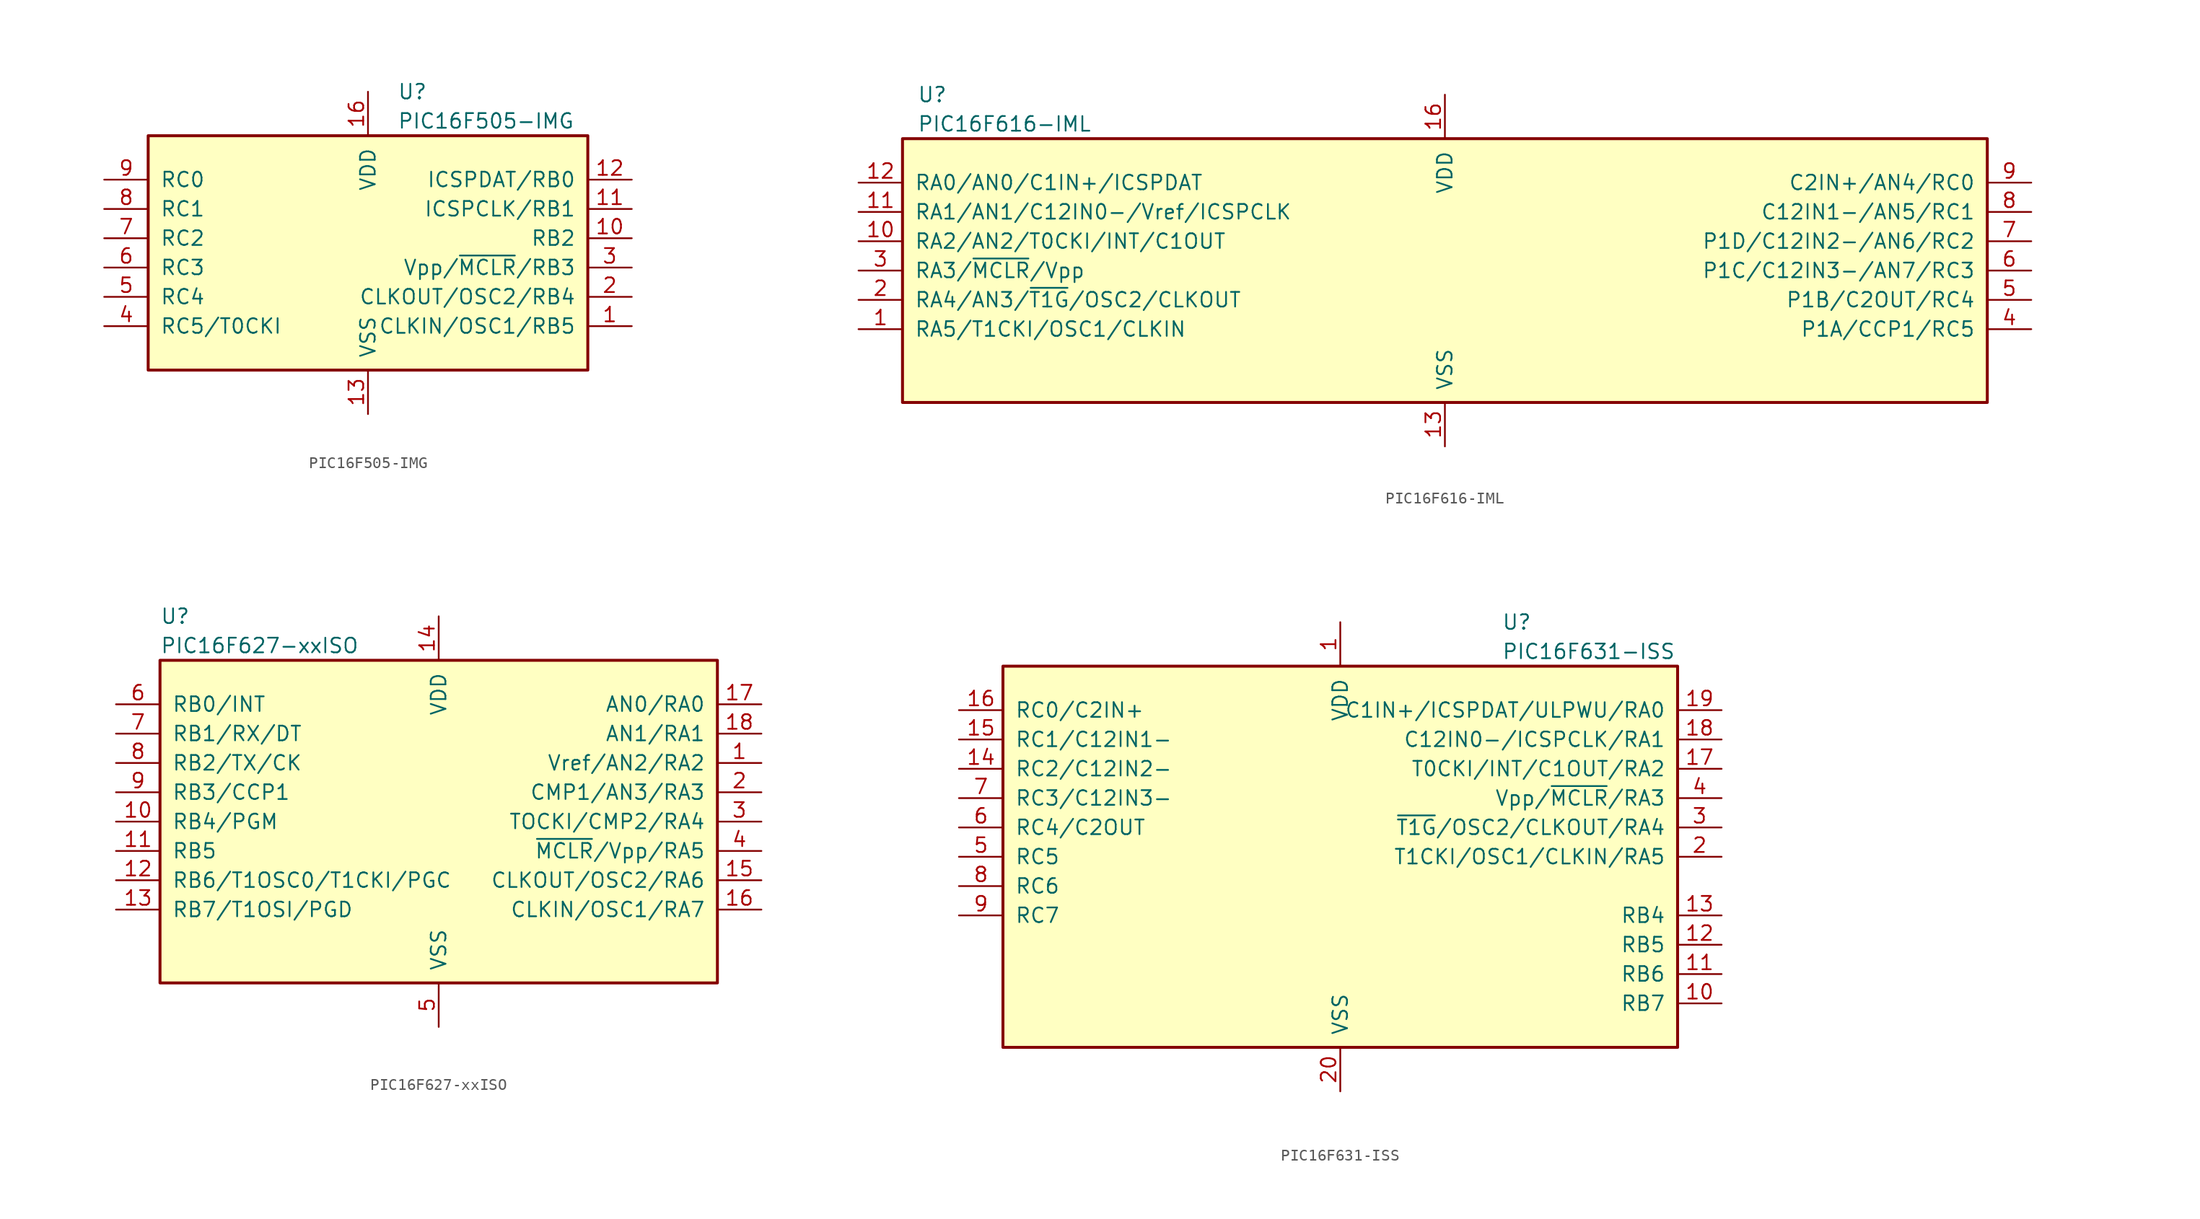
<source format=kicad_sym>
(kicad_symbol_lib
  (version 20201005)
  (generator kicad_symbol_editor)
  (symbol "MCU_Microchip_PIC16:PIC16F505-IMG"
    (pin_names
      (offset 1.016))
    (property "Reference" "U"
      (at 2.54 12.7 0)
      (effects (font (size 1.27 1.27)) (justify left)))
    (property "Value" "PIC16F505-IMG"
      (at 2.54 10.16 0)
      (effects (font (size 1.27 1.27)) (justify left)))
    (symbol "PIC16F505-IMG_0_1"
      (rectangle (start -19.05 8.89) (end 19.05 -11.43) (stroke (width 0.254)) (fill (type background))))
    (symbol "PIC16F505-IMG_1_1"
      (pin bidirectional line (at 22.86 -7.62 180) (length 3.81) (name "CLKIN/OSC1/RB5" (effects (font (size 1.27 1.27)))) (number "1" (effects (font (size 1.27 1.27)))))
      (pin bidirectional line (at 22.86 0 180) (length 3.81) (name "RB2" (effects (font (size 1.27 1.27)))) (number "10" (effects (font (size 1.27 1.27)))))
      (pin bidirectional line (at 22.86 2.54 180) (length 3.81) (name "ICSPCLK/RB1" (effects (font (size 1.27 1.27)))) (number "11" (effects (font (size 1.27 1.27)))))
      (pin bidirectional line (at 22.86 5.08 180) (length 3.81) (name "ICSPDAT/RB0" (effects (font (size 1.27 1.27)))) (number "12" (effects (font (size 1.27 1.27)))))
      (pin power_in line (at 0 -15.24 90) (length 3.81) (name "VSS" (effects (font (size 1.27 1.27)))) (number "13" (effects (font (size 1.27 1.27)))))
      (pin power_in line (at 0 12.7 270) (length 3.81) (name "VDD" (effects (font (size 1.27 1.27)))) (number "16" (effects (font (size 1.27 1.27)))))
      (pin bidirectional line (at 22.86 -5.08 180) (length 3.81) (name "CLKOUT/OSC2/RB4" (effects (font (size 1.27 1.27)))) (number "2" (effects (font (size 1.27 1.27)))))
      (pin input line (at 22.86 -2.54 180) (length 3.81) (name "Vpp/~MCLR~/RB3" (effects (font (size 1.27 1.27)))) (number "3" (effects (font (size 1.27 1.27)))))
      (pin bidirectional line (at -22.86 -7.62 0) (length 3.81) (name "RC5/T0CKI" (effects (font (size 1.27 1.27)))) (number "4" (effects (font (size 1.27 1.27)))))
      (pin bidirectional line (at -22.86 -5.08 0) (length 3.81) (name "RC4" (effects (font (size 1.27 1.27)))) (number "5" (effects (font (size 1.27 1.27)))))
      (pin bidirectional line (at -22.86 -2.54 0) (length 3.81) (name "RC3" (effects (font (size 1.27 1.27)))) (number "6" (effects (font (size 1.27 1.27)))))
      (pin bidirectional line (at -22.86 0 0) (length 3.81) (name "RC2" (effects (font (size 1.27 1.27)))) (number "7" (effects (font (size 1.27 1.27)))))
      (pin bidirectional line (at -22.86 2.54 0) (length 3.81) (name "RC1" (effects (font (size 1.27 1.27)))) (number "8" (effects (font (size 1.27 1.27)))))
      (pin bidirectional line (at -22.86 5.08 0) (length 3.81) (name "RC0" (effects (font (size 1.27 1.27)))) (number "9" (effects (font (size 1.27 1.27)))))))
  (symbol "MCU_Microchip_PIC16:PIC16F616-IML"
    (pin_names
      (offset 1.016))
    (property "Reference" "U"
      (at -45.72 15.24 0)
      (effects (font (size 1.27 1.27)) (justify left)))
    (property "Value" "PIC16F616-IML"
      (at -45.72 12.7 0)
      (effects (font (size 1.27 1.27)) (justify left)))
    (symbol "PIC16F616-IML_0_1"
      (rectangle (start -46.99 11.43) (end 46.99 -11.43) (stroke (width 0.254)) (fill (type background)))
      (pin bidirectional line (at -50.8 -5.08 0) (length 3.81) (name "RA5/T1CKI/OSC1/CLKIN" (effects (font (size 1.27 1.27)))) (number "1" (effects (font (size 1.27 1.27))))))
    (symbol "PIC16F616-IML_1_1"
      (pin bidirectional line (at -50.8 2.54 0) (length 3.81) (name "RA2/AN2/T0CKI/INT/C1OUT" (effects (font (size 1.27 1.27)))) (number "10" (effects (font (size 1.27 1.27)))))
      (pin bidirectional line (at -50.8 5.08 0) (length 3.81) (name "RA1/AN1/C12IN0-/Vref/ICSPCLK" (effects (font (size 1.27 1.27)))) (number "11" (effects (font (size 1.27 1.27)))))
      (pin bidirectional line (at -50.8 7.62 0) (length 3.81) (name "RA0/AN0/C1IN+/ICSPDAT" (effects (font (size 1.27 1.27)))) (number "12" (effects (font (size 1.27 1.27)))))
      (pin power_in line (at 0 -15.24 90) (length 3.81) (name "VSS" (effects (font (size 1.27 1.27)))) (number "13" (effects (font (size 1.27 1.27)))))
      (pin power_in line (at 0 15.24 270) (length 3.81) (name "VDD" (effects (font (size 1.27 1.27)))) (number "16" (effects (font (size 1.27 1.27)))))
      (pin bidirectional line (at -50.8 -2.54 0) (length 3.81) (name "RA4/AN3/~T1G~/OSC2/CLKOUT" (effects (font (size 1.27 1.27)))) (number "2" (effects (font (size 1.27 1.27)))))
      (pin input line (at -50.8 0 0) (length 3.81) (name "RA3/~MCLR~/Vpp" (effects (font (size 1.27 1.27)))) (number "3" (effects (font (size 1.27 1.27)))))
      (pin bidirectional line (at 50.8 -5.08 180) (length 3.81) (name "P1A/CCP1/RC5" (effects (font (size 1.27 1.27)))) (number "4" (effects (font (size 1.27 1.27)))))
      (pin bidirectional line (at 50.8 -2.54 180) (length 3.81) (name "P1B/C2OUT/RC4" (effects (font (size 1.27 1.27)))) (number "5" (effects (font (size 1.27 1.27)))))
      (pin bidirectional line (at 50.8 0 180) (length 3.81) (name "P1C/C12IN3-/AN7/RC3" (effects (font (size 1.27 1.27)))) (number "6" (effects (font (size 1.27 1.27)))))
      (pin bidirectional line (at 50.8 2.54 180) (length 3.81) (name "P1D/C12IN2-/AN6/RC2" (effects (font (size 1.27 1.27)))) (number "7" (effects (font (size 1.27 1.27)))))
      (pin bidirectional line (at 50.8 5.08 180) (length 3.81) (name "C12IN1-/AN5/RC1" (effects (font (size 1.27 1.27)))) (number "8" (effects (font (size 1.27 1.27)))))
      (pin bidirectional line (at 50.8 7.62 180) (length 3.81) (name "C2IN+/AN4/RC0" (effects (font (size 1.27 1.27)))) (number "9" (effects (font (size 1.27 1.27)))))))
  (symbol "MCU_Microchip_PIC16:PIC16F627-xxISO"
    (pin_names
      (offset 1.016))
    (property "Reference" "U"
      (at -24.13 17.78 0)
      (effects (font (size 1.27 1.27)) (justify left)))
    (property "Value" "PIC16F627-xxISO"
      (at -24.13 15.24 0)
      (effects (font (size 1.27 1.27)) (justify left)))
    (symbol "PIC16F627-xxISO_0_1"
      (rectangle (start 24.13 13.97) (end -24.13 -13.97) (stroke (width 0.254)) (fill (type background))))
    (symbol "PIC16F627-xxISO_1_1"
      (pin bidirectional line (at 27.94 5.08 180) (length 3.81) (name "Vref/AN2/RA2" (effects (font (size 1.27 1.27)))) (number "1" (effects (font (size 1.27 1.27)))))
      (pin bidirectional line (at -27.94 0 0) (length 3.81) (name "RB4/PGM" (effects (font (size 1.27 1.27)))) (number "10" (effects (font (size 1.27 1.27)))))
      (pin bidirectional line (at -27.94 -2.54 0) (length 3.81) (name "RB5" (effects (font (size 1.27 1.27)))) (number "11" (effects (font (size 1.27 1.27)))))
      (pin bidirectional line (at -27.94 -5.08 0) (length 3.81) (name "RB6/T1OSC0/T1CKI/PGC" (effects (font (size 1.27 1.27)))) (number "12" (effects (font (size 1.27 1.27)))))
      (pin bidirectional line (at -27.94 -7.62 0) (length 3.81) (name "RB7/T1OSI/PGD" (effects (font (size 1.27 1.27)))) (number "13" (effects (font (size 1.27 1.27)))))
      (pin power_in line (at 0 17.78 270) (length 3.81) (name "VDD" (effects (font (size 1.27 1.27)))) (number "14" (effects (font (size 1.27 1.27)))))
      (pin bidirectional line (at 27.94 -5.08 180) (length 3.81) (name "CLKOUT/OSC2/RA6" (effects (font (size 1.27 1.27)))) (number "15" (effects (font (size 1.27 1.27)))))
      (pin bidirectional line (at 27.94 -7.62 180) (length 3.81) (name "CLKIN/OSC1/RA7" (effects (font (size 1.27 1.27)))) (number "16" (effects (font (size 1.27 1.27)))))
      (pin bidirectional line (at 27.94 10.16 180) (length 3.81) (name "AN0/RA0" (effects (font (size 1.27 1.27)))) (number "17" (effects (font (size 1.27 1.27)))))
      (pin bidirectional line (at 27.94 7.62 180) (length 3.81) (name "AN1/RA1" (effects (font (size 1.27 1.27)))) (number "18" (effects (font (size 1.27 1.27)))))
      (pin bidirectional line (at 27.94 2.54 180) (length 3.81) (name "CMP1/AN3/RA3" (effects (font (size 1.27 1.27)))) (number "2" (effects (font (size 1.27 1.27)))))
      (pin bidirectional line (at 27.94 0 180) (length 3.81) (name "TOCKI/CMP2/RA4" (effects (font (size 1.27 1.27)))) (number "3" (effects (font (size 1.27 1.27)))))
      (pin input line (at 27.94 -2.54 180) (length 3.81) (name "~MCLR~/Vpp/RA5" (effects (font (size 1.27 1.27)))) (number "4" (effects (font (size 1.27 1.27)))))
      (pin power_in line (at 0 -17.78 90) (length 3.81) (name "VSS" (effects (font (size 1.27 1.27)))) (number "5" (effects (font (size 1.27 1.27)))))
      (pin bidirectional line (at -27.94 10.16 0) (length 3.81) (name "RB0/INT" (effects (font (size 1.27 1.27)))) (number "6" (effects (font (size 1.27 1.27)))))
      (pin bidirectional line (at -27.94 7.62 0) (length 3.81) (name "RB1/RX/DT" (effects (font (size 1.27 1.27)))) (number "7" (effects (font (size 1.27 1.27)))))
      (pin bidirectional line (at -27.94 5.08 0) (length 3.81) (name "RB2/TX/CK" (effects (font (size 1.27 1.27)))) (number "8" (effects (font (size 1.27 1.27)))))
      (pin bidirectional line (at -27.94 2.54 0) (length 3.81) (name "RB3/CCP1" (effects (font (size 1.27 1.27)))) (number "9" (effects (font (size 1.27 1.27)))))))
  (symbol "MCU_Microchip_PIC16:PIC16F631-ISS"
    (pin_names
      (offset 1.016))
    (property "Reference" "U"
      (at 13.97 20.32 0)
      (effects (font (size 1.27 1.27)) (justify left)))
    (property "Value" "PIC16F631-ISS"
      (at 13.97 17.78 0)
      (effects (font (size 1.27 1.27)) (justify left)))
    (symbol "PIC16F631-ISS_0_1"
      (rectangle (start -29.21 16.51) (end 29.21 -16.51) (stroke (width 0.254)) (fill (type background))))
    (symbol "PIC16F631-ISS_1_1"
      (pin power_in line (at 0 20.32 270) (length 3.81) (name "VDD" (effects (font (size 1.27 1.27)))) (number "1" (effects (font (size 1.27 1.27)))))
      (pin bidirectional line (at 33.02 -12.7 180) (length 3.81) (name "RB7" (effects (font (size 1.27 1.27)))) (number "10" (effects (font (size 1.27 1.27)))))
      (pin bidirectional line (at 33.02 -10.16 180) (length 3.81) (name "RB6" (effects (font (size 1.27 1.27)))) (number "11" (effects (font (size 1.27 1.27)))))
      (pin bidirectional line (at 33.02 -7.62 180) (length 3.81) (name "RB5" (effects (font (size 1.27 1.27)))) (number "12" (effects (font (size 1.27 1.27)))))
      (pin bidirectional line (at 33.02 -5.08 180) (length 3.81) (name "RB4" (effects (font (size 1.27 1.27)))) (number "13" (effects (font (size 1.27 1.27)))))
      (pin bidirectional line (at -33.02 7.62 0) (length 3.81) (name "RC2/C12IN2-" (effects (font (size 1.27 1.27)))) (number "14" (effects (font (size 1.27 1.27)))))
      (pin bidirectional line (at -33.02 10.16 0) (length 3.81) (name "RC1/C12IN1-" (effects (font (size 1.27 1.27)))) (number "15" (effects (font (size 1.27 1.27)))))
      (pin bidirectional line (at -33.02 12.7 0) (length 3.81) (name "RC0/C2IN+" (effects (font (size 1.27 1.27)))) (number "16" (effects (font (size 1.27 1.27)))))
      (pin bidirectional line (at 33.02 7.62 180) (length 3.81) (name "T0CKI/INT/C1OUT/RA2" (effects (font (size 1.27 1.27)))) (number "17" (effects (font (size 1.27 1.27)))))
      (pin bidirectional line (at 33.02 10.16 180) (length 3.81) (name "C12IN0-/ICSPCLK/RA1" (effects (font (size 1.27 1.27)))) (number "18" (effects (font (size 1.27 1.27)))))
      (pin bidirectional line (at 33.02 12.7 180) (length 3.81) (name "C1IN+/ICSPDAT/ULPWU/RA0" (effects (font (size 1.27 1.27)))) (number "19" (effects (font (size 1.27 1.27)))))
      (pin bidirectional line (at 33.02 0 180) (length 3.81) (name "T1CKI/OSC1/CLKIN/RA5" (effects (font (size 1.27 1.27)))) (number "2" (effects (font (size 1.27 1.27)))))
      (pin power_in line (at 0 -20.32 90) (length 3.81) (name "VSS" (effects (font (size 1.27 1.27)))) (number "20" (effects (font (size 1.27 1.27)))))
      (pin bidirectional line (at 33.02 2.54 180) (length 3.81) (name "~T1G~/OSC2/CLKOUT/RA4" (effects (font (size 1.27 1.27)))) (number "3" (effects (font (size 1.27 1.27)))))
      (pin input line (at 33.02 5.08 180) (length 3.81) (name "Vpp/~MCLR~/RA3" (effects (font (size 1.27 1.27)))) (number "4" (effects (font (size 1.27 1.27)))))
      (pin bidirectional line (at -33.02 0 0) (length 3.81) (name "RC5" (effects (font (size 1.27 1.27)))) (number "5" (effects (font (size 1.27 1.27)))))
      (pin bidirectional line (at -33.02 2.54 0) (length 3.81) (name "RC4/C2OUT" (effects (font (size 1.27 1.27)))) (number "6" (effects (font (size 1.27 1.27)))))
      (pin bidirectional line (at -33.02 5.08 0) (length 3.81) (name "RC3/C12IN3-" (effects (font (size 1.27 1.27)))) (number "7" (effects (font (size 1.27 1.27)))))
      (pin bidirectional line (at -33.02 -2.54 0) (length 3.81) (name "RC6" (effects (font (size 1.27 1.27)))) (number "8" (effects (font (size 1.27 1.27)))))
      (pin bidirectional line (at -33.02 -5.08 0) (length 3.81) (name "RC7" (effects (font (size 1.27 1.27)))) (number "9" (effects (font (size 1.27 1.27))))))))
</source>
